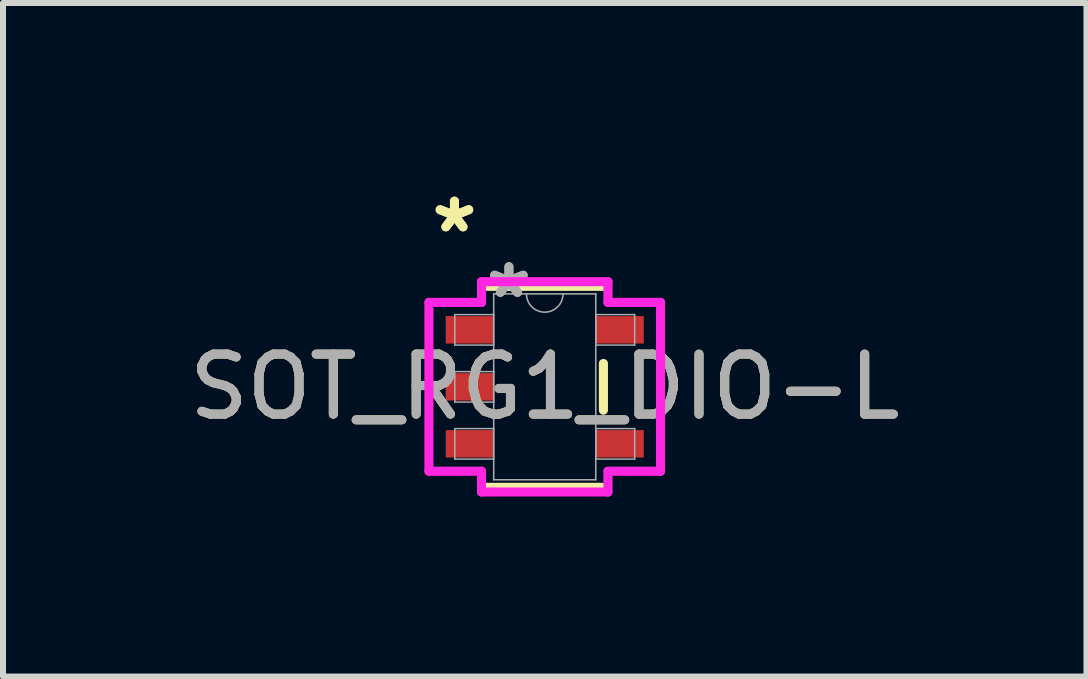
<source format=kicad_pcb>
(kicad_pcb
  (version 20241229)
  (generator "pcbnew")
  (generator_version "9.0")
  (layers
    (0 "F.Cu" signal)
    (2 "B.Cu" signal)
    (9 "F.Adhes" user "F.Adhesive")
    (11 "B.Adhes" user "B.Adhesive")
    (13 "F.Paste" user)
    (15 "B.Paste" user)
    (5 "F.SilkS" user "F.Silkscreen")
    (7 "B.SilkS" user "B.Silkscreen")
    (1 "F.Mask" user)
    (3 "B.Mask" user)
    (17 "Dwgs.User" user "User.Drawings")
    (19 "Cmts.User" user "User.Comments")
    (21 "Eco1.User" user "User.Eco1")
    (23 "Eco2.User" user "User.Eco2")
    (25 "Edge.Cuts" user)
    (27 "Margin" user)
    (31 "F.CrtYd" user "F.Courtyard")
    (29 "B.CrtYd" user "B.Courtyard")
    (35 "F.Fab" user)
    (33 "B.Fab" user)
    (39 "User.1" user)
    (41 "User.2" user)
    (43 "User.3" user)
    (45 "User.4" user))
  (footprint "SOT_RG1_DIO-L"
    (layer "F.Cu")
    (at 6.03 3.398)
    (property "Reference" "SOT_RG1_DIO-L" (at 0 0 0) (unlocked yes) (layer "F.SilkS") (effects (font (size 1 1) (thickness 0.15))))
    (attr smd)
    (fp_line (start -0.978 1.676) (end 0.978 1.676) (stroke (width 0.152) (type solid)) (layer "F.SilkS"))
    (fp_line (start 0.978 -1.676) (end -0.978 -1.676) (stroke (width 0.152) (type solid)) (layer "F.SilkS"))
    (fp_line (start 0.978 0.389) (end 0.978 -0.389) (stroke (width 0.152) (type solid)) (layer "F.SilkS"))
    (fp_line (start -1.93 -1.407) (end -1.054 -1.407) (stroke (width 0.152) (type solid)) (layer "F.CrtYd"))
    (fp_line (start -1.93 1.407) (end -1.93 -1.407) (stroke (width 0.152) (type solid)) (layer "F.CrtYd"))
    (fp_line (start -1.054 -1.753) (end 1.054 -1.753) (stroke (width 0.152) (type solid)) (layer "F.CrtYd"))
    (fp_line (start -1.054 -1.407) (end -1.054 -1.753) (stroke (width 0.152) (type solid)) (layer "F.CrtYd"))
    (fp_line (start -1.054 1.407) (end -1.93 1.407) (stroke (width 0.152) (type solid)) (layer "F.CrtYd"))
    (fp_line (start -1.054 1.753) (end -1.054 1.407) (stroke (width 0.152) (type solid)) (layer "F.CrtYd"))
    (fp_line (start 1.054 -1.753) (end 1.054 -1.407) (stroke (width 0.152) (type solid)) (layer "F.CrtYd"))
    (fp_line (start 1.054 -1.407) (end 1.93 -1.407) (stroke (width 0.152) (type solid)) (layer "F.CrtYd"))
    (fp_line (start 1.054 1.407) (end 1.054 1.753) (stroke (width 0.152) (type solid)) (layer "F.CrtYd"))
    (fp_line (start 1.054 1.753) (end -1.054 1.753) (stroke (width 0.152) (type solid)) (layer "F.CrtYd"))
    (fp_line (start 1.93 -1.407) (end 1.93 1.407) (stroke (width 0.152) (type solid)) (layer "F.CrtYd"))
    (fp_line (start 1.93 1.407) (end 1.054 1.407) (stroke (width 0.152) (type solid)) (layer "F.CrtYd"))
    (fp_line (start -1.499 -1.204) (end -1.499 -0.696) (stroke (width 0.025) (type solid)) (layer "F.Fab"))
    (fp_line (start -1.499 -0.696) (end -0.851 -0.696) (stroke (width 0.025) (type solid)) (layer "F.Fab"))
    (fp_line (start -1.499 -0.254) (end -1.499 0.254) (stroke (width 0.025) (type solid)) (layer "F.Fab"))
    (fp_line (start -1.499 0.254) (end -0.851 0.254) (stroke (width 0.025) (type solid)) (layer "F.Fab"))
    (fp_line (start -1.499 0.696) (end -1.499 1.204) (stroke (width 0.025) (type solid)) (layer "F.Fab"))
    (fp_line (start -1.499 1.204) (end -0.851 1.204) (stroke (width 0.025) (type solid)) (layer "F.Fab"))
    (fp_line (start -0.851 -1.549) (end -0.851 1.549) (stroke (width 0.025) (type solid)) (layer "F.Fab"))
    (fp_line (start -0.851 -1.204) (end -1.499 -1.204) (stroke (width 0.025) (type solid)) (layer "F.Fab"))
    (fp_line (start -0.851 -0.696) (end -0.851 -1.204) (stroke (width 0.025) (type solid)) (layer "F.Fab"))
    (fp_line (start -0.851 -0.254) (end -1.499 -0.254) (stroke (width 0.025) (type solid)) (layer "F.Fab"))
    (fp_line (start -0.851 0.254) (end -0.851 -0.254) (stroke (width 0.025) (type solid)) (layer "F.Fab"))
    (fp_line (start -0.851 0.696) (end -1.499 0.696) (stroke (width 0.025) (type solid)) (layer "F.Fab"))
    (fp_line (start -0.851 1.204) (end -0.851 0.696) (stroke (width 0.025) (type solid)) (layer "F.Fab"))
    (fp_line (start -0.851 1.549) (end 0.851 1.549) (stroke (width 0.025) (type solid)) (layer "F.Fab"))
    (fp_line (start 0.851 -1.549) (end -0.851 -1.549) (stroke (width 0.025) (type solid)) (layer "F.Fab"))
    (fp_line (start 0.851 -1.204) (end 0.851 -0.696) (stroke (width 0.025) (type solid)) (layer "F.Fab"))
    (fp_line (start 0.851 -0.696) (end 1.499 -0.696) (stroke (width 0.025) (type solid)) (layer "F.Fab"))
    (fp_line (start 0.851 0.696) (end 0.851 1.204) (stroke (width 0.025) (type solid)) (layer "F.Fab"))
    (fp_line (start 0.851 1.204) (end 1.499 1.204) (stroke (width 0.025) (type solid)) (layer "F.Fab"))
    (fp_line (start 0.851 1.549) (end 0.851 -1.549) (stroke (width 0.025) (type solid)) (layer "F.Fab"))
    (fp_line (start 1.499 -1.204) (end 0.851 -1.204) (stroke (width 0.025) (type solid)) (layer "F.Fab"))
    (fp_line (start 1.499 -0.696) (end 1.499 -1.204) (stroke (width 0.025) (type solid)) (layer "F.Fab"))
    (fp_line (start 1.499 0.696) (end 0.851 0.696) (stroke (width 0.025) (type solid)) (layer "F.Fab"))
    (fp_line (start 1.499 1.204) (end 1.499 0.696) (stroke (width 0.025) (type solid)) (layer "F.Fab"))
    (fp_arc (start 0.3048 -1.5494) (mid 0 -1.2446) (end -0.3048 -1.5494) (stroke (width 0.0254) (type solid)) (layer "F.Fab"))
    (fp_text user "*" (at -1.505 -2.55 0) (unlocked yes) (layer "F.SilkS") (effects (font (size 1 1) (thickness 0.15))))
    (fp_text user "*" (at -1.505 -2.55 0) (layer "F.SilkS") (effects (font (size 1 1) (thickness 0.15))))
    (fp_text user "*" (at -0.597 -1.458 0) (unlocked yes) (layer "F.Fab") (effects (font (size 1 1) (thickness 0.15))))
    (fp_text user "${REFERENCE}" (at 0 0 0) (unlocked yes) (layer "F.Fab") (effects (font (size 1 1) (thickness 0.15))))
    (fp_text user "*" (at -0.597 -1.458 0) (layer "F.Fab") (effects (font (size 1 1) (thickness 0.15))))
    (pad "1" smd rect (at -1.251 -0.95) (size 0.8 0.457) (layers "F.Cu" "F.Mask" "F.Paste"))
    (pad "2" smd rect (at -1.251 0) (size 0.8 0.457) (layers "F.Cu" "F.Mask" "F.Paste"))
    (pad "3" smd rect (at -1.251 0.95) (size 0.8 0.457) (layers "F.Cu" "F.Mask" "F.Paste"))
    (pad "4" smd rect (at 1.251 0.95) (size 0.8 0.457) (layers "F.Cu" "F.Mask" "F.Paste"))
    (pad "5" smd rect (at 1.251 -0.95) (size 0.8 0.457) (layers "F.Cu" "F.Mask" "F.Paste")))
  (gr_rect
    (start -3 -3)
    (end 15.06 8.227)
    (stroke (width 0.1) (type default))
    (fill no)
    (layer "Edge.Cuts")))
</source>
